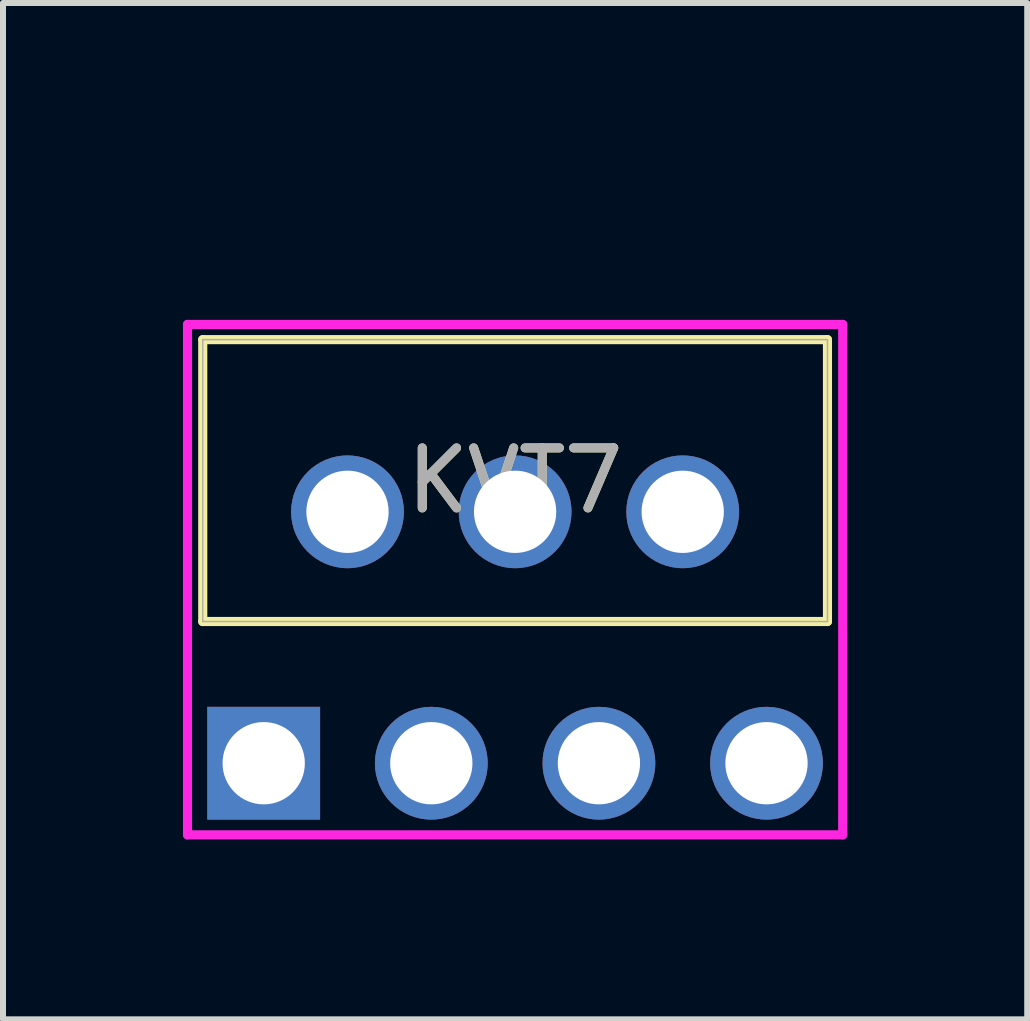
<source format=kicad_pcb>
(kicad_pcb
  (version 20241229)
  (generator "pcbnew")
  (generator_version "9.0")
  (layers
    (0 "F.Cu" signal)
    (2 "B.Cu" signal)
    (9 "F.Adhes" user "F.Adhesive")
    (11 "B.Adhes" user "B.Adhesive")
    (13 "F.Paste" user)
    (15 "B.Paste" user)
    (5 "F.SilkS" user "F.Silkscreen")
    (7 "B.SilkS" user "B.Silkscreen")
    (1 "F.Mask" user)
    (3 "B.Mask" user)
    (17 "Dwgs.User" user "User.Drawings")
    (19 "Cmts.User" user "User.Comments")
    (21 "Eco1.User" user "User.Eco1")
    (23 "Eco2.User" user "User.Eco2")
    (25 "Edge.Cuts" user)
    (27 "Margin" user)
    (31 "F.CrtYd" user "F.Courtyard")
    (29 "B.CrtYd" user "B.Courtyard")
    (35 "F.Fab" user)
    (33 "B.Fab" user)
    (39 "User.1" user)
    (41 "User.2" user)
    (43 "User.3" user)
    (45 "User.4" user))
  (footprint "KVT7"
    (layer "F.Cu")
    (at 9.728 0.25)
    (property "Reference" "KVT7" (at -4.191 4.712 0) (unlocked yes) (layer "F.SilkS") (effects (font (size 1 1) (thickness 0.15))))
    (attr through_hole)
    (fp_line (start -9.398 2.362) (end -9.398 7.061) (stroke (width 0.152) (type solid)) (layer "F.SilkS"))
    (fp_line (start -9.398 7.061) (end 1.016 7.061) (stroke (width 0.152) (type solid)) (layer "F.SilkS"))
    (fp_line (start 1.016 2.362) (end -9.398 2.362) (stroke (width 0.152) (type solid)) (layer "F.SilkS"))
    (fp_line (start 1.016 7.061) (end 1.016 2.362) (stroke (width 0.152) (type solid)) (layer "F.SilkS"))
    (fp_line (start -9.652 2.108) (end -9.652 10.617) (stroke (width 0.152) (type solid)) (layer "F.CrtYd"))
    (fp_line (start -9.652 10.617) (end 1.27 10.617) (stroke (width 0.152) (type solid)) (layer "F.CrtYd"))
    (fp_line (start 1.27 2.108) (end -9.652 2.108) (stroke (width 0.152) (type solid)) (layer "F.CrtYd"))
    (fp_line (start 1.27 10.617) (end 1.27 2.108) (stroke (width 0.152) (type solid)) (layer "F.CrtYd"))
    (fp_line (start -9.398 2.362) (end -9.398 7.061) (stroke (width 0.025) (type solid)) (layer "F.Fab"))
    (fp_line (start -9.398 7.061) (end 1.016 7.061) (stroke (width 0.025) (type solid)) (layer "F.Fab"))
    (fp_line (start 1.016 2.362) (end -9.398 2.362) (stroke (width 0.025) (type solid)) (layer "F.Fab"))
    (fp_line (start 1.016 7.061) (end 1.016 2.362) (stroke (width 0.025) (type solid)) (layer "F.Fab"))
    (fp_text user "${REFERENCE}" (at -4.191 4.712 0) (unlocked yes) (layer "F.Fab") (effects (font (size 1 1) (thickness 0.15))))
    (pad "1" thru_hole rect (at -8.382 9.423) (size 1.88 1.88) (drill 1.372) (layers "*.Cu" "*.Mask"))
    (pad "2" thru_hole circle (at -6.985 5.232) (size 1.88 1.88) (drill 1.372) (layers "*.Cu" "*.Mask"))
    (pad "3" thru_hole circle (at -5.588 9.423) (size 1.88 1.88) (drill 1.372) (layers "*.Cu" "*.Mask"))
    (pad "4" thru_hole circle (at -4.191 5.232) (size 1.88 1.88) (drill 1.372) (layers "*.Cu" "*.Mask"))
    (pad "5" thru_hole circle (at -2.794 9.423) (size 1.88 1.88) (drill 1.372) (layers "*.Cu" "*.Mask"))
    (pad "6" thru_hole circle (at -1.397 5.232) (size 1.88 1.88) (drill 1.372) (layers "*.Cu" "*.Mask"))
    (pad "7" thru_hole circle (at 0 9.423) (size 1.88 1.88) (drill 1.372) (layers "*.Cu" "*.Mask")))
  (gr_rect
    (start -3 -3)
    (end 14.074 13.943)
    (stroke (width 0.1) (type default))
    (fill no)
    (layer "Edge.Cuts")))
</source>
